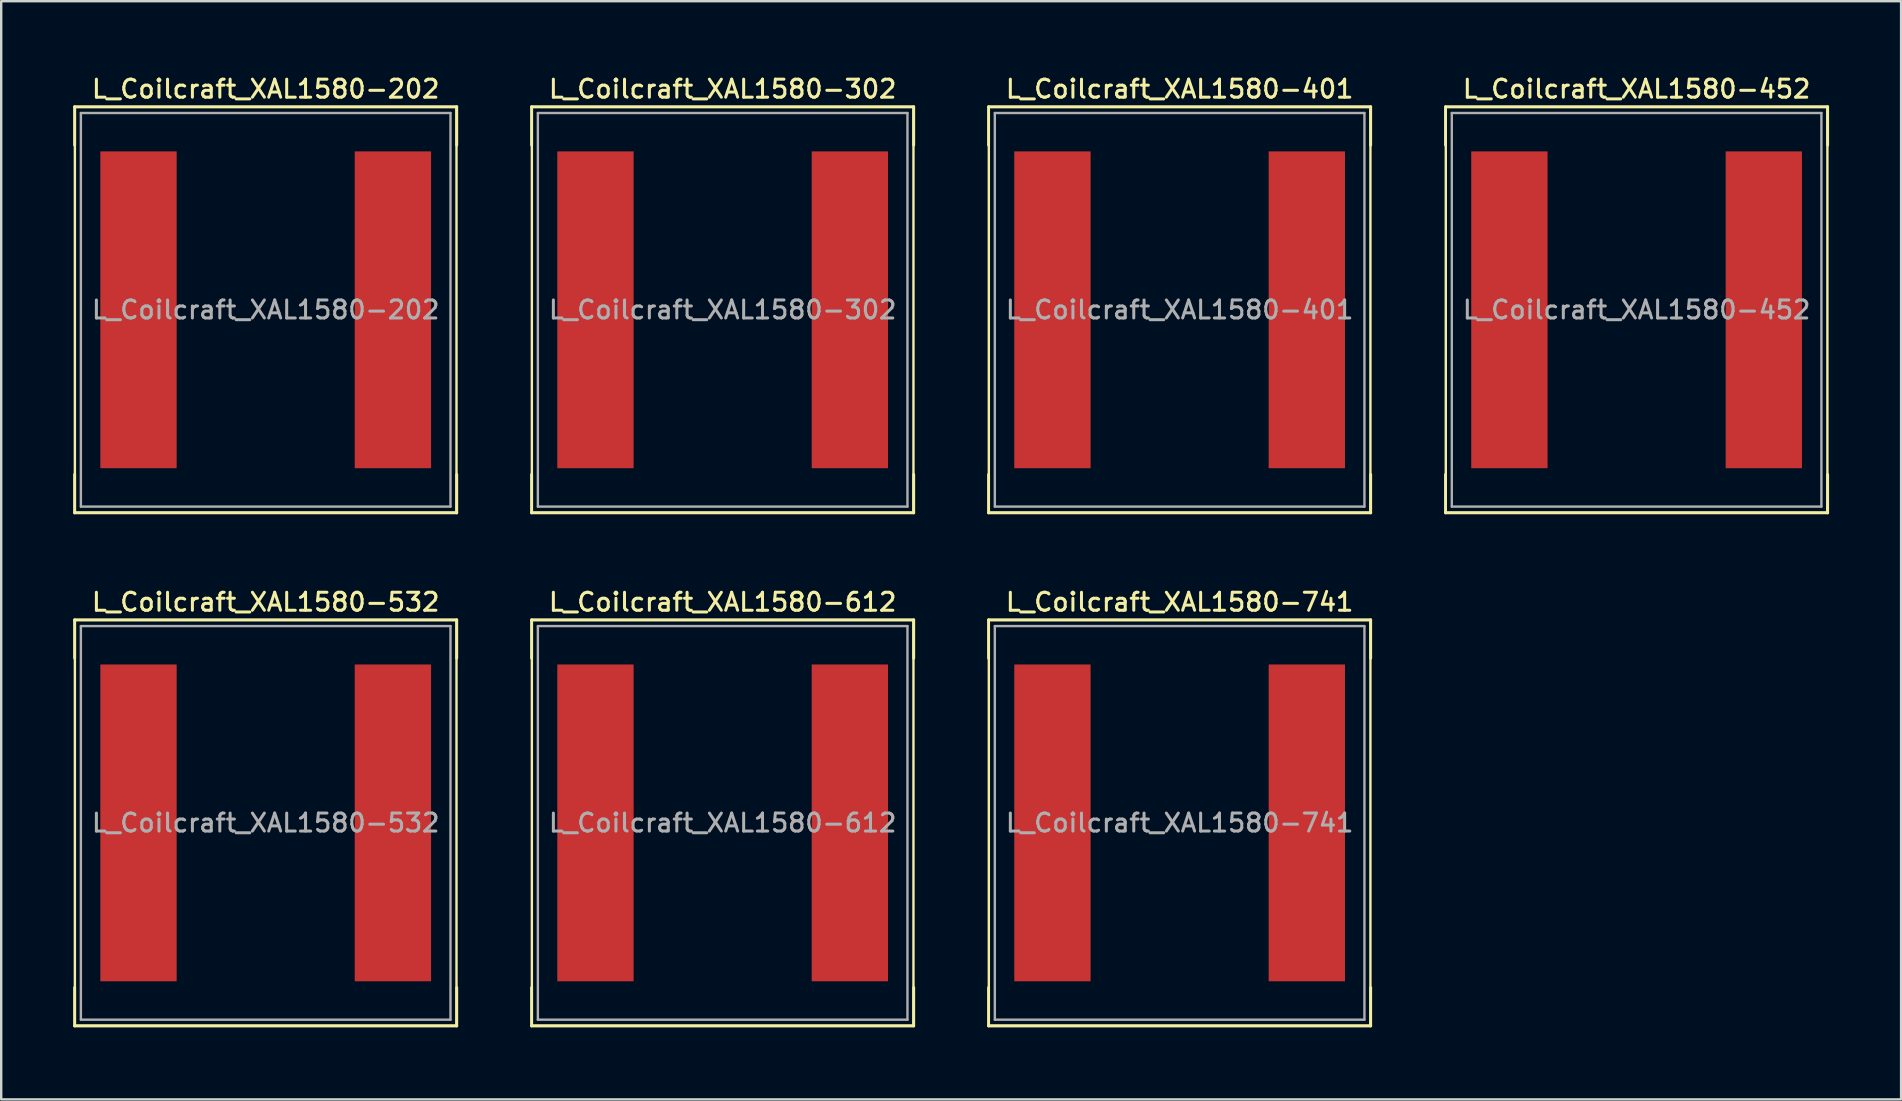
<source format=kicad_pcb>
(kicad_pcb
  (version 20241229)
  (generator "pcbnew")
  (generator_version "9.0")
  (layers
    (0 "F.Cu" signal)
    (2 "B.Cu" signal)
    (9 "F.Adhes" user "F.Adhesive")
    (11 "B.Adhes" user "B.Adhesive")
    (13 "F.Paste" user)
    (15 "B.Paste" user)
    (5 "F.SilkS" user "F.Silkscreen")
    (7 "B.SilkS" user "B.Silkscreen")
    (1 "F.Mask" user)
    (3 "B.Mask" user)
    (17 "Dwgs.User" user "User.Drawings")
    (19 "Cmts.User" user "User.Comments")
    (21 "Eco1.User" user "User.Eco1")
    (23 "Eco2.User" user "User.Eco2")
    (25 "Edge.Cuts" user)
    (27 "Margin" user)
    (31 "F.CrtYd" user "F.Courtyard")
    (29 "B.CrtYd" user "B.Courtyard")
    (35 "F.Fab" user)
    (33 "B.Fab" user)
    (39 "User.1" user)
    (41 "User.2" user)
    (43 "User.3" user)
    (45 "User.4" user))
  (footprint "L_Coilcraft_XAL1580-741"
    (layer "F.Cu")
    (at 46.1 31.236)
    (property "Reference" "L_Coilcraft_XAL1580-741" (at 0 -9.2 0) (layer "F.SilkS") (effects (font (size 0.75 0.75) (thickness 0.125))))
    (attr smd)
    (fp_line (start -7.96 -8.46) (end -7.96 -6.86) (stroke (width 0.12) (type solid)) (layer "F.SilkS"))
    (fp_line (start -7.96 -8.46) (end 7.96 -8.46) (stroke (width 0.12) (type solid)) (layer "F.SilkS"))
    (fp_line (start -7.96 8.46) (end -7.96 6.86) (stroke (width 0.12) (type solid)) (layer "F.SilkS"))
    (fp_line (start -7.96 8.46) (end 7.96 8.46) (stroke (width 0.12) (type solid)) (layer "F.SilkS"))
    (fp_line (start -7.95 -8.45) (end -7.95 8.45) (stroke (width 0.1) (type solid)) (layer "F.SilkS"))
    (fp_line (start -7.95 8.45) (end 7.95 8.45) (stroke (width 0.1) (type solid)) (layer "F.SilkS"))
    (fp_line (start 7.95 -8.45) (end -7.95 -8.45) (stroke (width 0.1) (type solid)) (layer "F.SilkS"))
    (fp_line (start 7.95 8.45) (end 7.95 -8.45) (stroke (width 0.1) (type solid)) (layer "F.SilkS"))
    (fp_line (start 7.96 -8.46) (end 7.96 -6.86) (stroke (width 0.12) (type solid)) (layer "F.SilkS"))
    (fp_line (start 7.96 8.46) (end 7.96 6.86) (stroke (width 0.12) (type solid)) (layer "F.SilkS"))
    (fp_line (start -7.7 -8.2) (end -7.7 8.2) (stroke (width 0.1) (type solid)) (layer "F.Fab"))
    (fp_line (start -7.7 8.2) (end 7.7 8.2) (stroke (width 0.1) (type solid)) (layer "F.Fab"))
    (fp_line (start 7.7 -8.2) (end -7.7 -8.2) (stroke (width 0.1) (type solid)) (layer "F.Fab"))
    (fp_line (start 7.7 8.2) (end 7.7 -8.2) (stroke (width 0.1) (type solid)) (layer "F.Fab"))
    (fp_text user "${REFERENCE}" (at 0 0 0) (layer "F.Fab") (effects (font (size 0.75 0.75) (thickness 0.125))))
    (pad "1" smd rect (at -5.3 0) (size 3.18 13.2) (layers "F.Cu" "F.Mask" "F.Paste"))
    (pad "2" smd rect (at 5.3 0) (size 3.18 13.2) (layers "F.Cu" "F.Mask" "F.Paste")))
  (footprint "L_Coilcraft_XAL1580-401"
    (layer "F.Cu")
    (at 46.1 9.858)
    (property "Reference" "L_Coilcraft_XAL1580-401" (at 0 -9.2 0) (layer "F.SilkS") (effects (font (size 0.75 0.75) (thickness 0.125))))
    (attr smd)
    (fp_line (start -7.96 -8.46) (end -7.96 -6.86) (stroke (width 0.12) (type solid)) (layer "F.SilkS"))
    (fp_line (start -7.96 -8.46) (end 7.96 -8.46) (stroke (width 0.12) (type solid)) (layer "F.SilkS"))
    (fp_line (start -7.96 8.46) (end -7.96 6.86) (stroke (width 0.12) (type solid)) (layer "F.SilkS"))
    (fp_line (start -7.96 8.46) (end 7.96 8.46) (stroke (width 0.12) (type solid)) (layer "F.SilkS"))
    (fp_line (start -7.95 -8.45) (end -7.95 8.45) (stroke (width 0.1) (type solid)) (layer "F.SilkS"))
    (fp_line (start -7.95 8.45) (end 7.95 8.45) (stroke (width 0.1) (type solid)) (layer "F.SilkS"))
    (fp_line (start 7.95 -8.45) (end -7.95 -8.45) (stroke (width 0.1) (type solid)) (layer "F.SilkS"))
    (fp_line (start 7.95 8.45) (end 7.95 -8.45) (stroke (width 0.1) (type solid)) (layer "F.SilkS"))
    (fp_line (start 7.96 -8.46) (end 7.96 -6.86) (stroke (width 0.12) (type solid)) (layer "F.SilkS"))
    (fp_line (start 7.96 8.46) (end 7.96 6.86) (stroke (width 0.12) (type solid)) (layer "F.SilkS"))
    (fp_line (start -7.7 -8.2) (end -7.7 8.2) (stroke (width 0.1) (type solid)) (layer "F.Fab"))
    (fp_line (start -7.7 8.2) (end 7.7 8.2) (stroke (width 0.1) (type solid)) (layer "F.Fab"))
    (fp_line (start 7.7 -8.2) (end -7.7 -8.2) (stroke (width 0.1) (type solid)) (layer "F.Fab"))
    (fp_line (start 7.7 8.2) (end 7.7 -8.2) (stroke (width 0.1) (type solid)) (layer "F.Fab"))
    (fp_text user "${REFERENCE}" (at 0 0 0) (layer "F.Fab") (effects (font (size 0.75 0.75) (thickness 0.125))))
    (pad "1" smd rect (at -5.3 0) (size 3.18 13.2) (layers "F.Cu" "F.Mask" "F.Paste"))
    (pad "2" smd rect (at 5.3 0) (size 3.18 13.2) (layers "F.Cu" "F.Mask" "F.Paste")))
  (footprint "L_Coilcraft_XAL1580-202"
    (layer "F.Cu")
    (at 8.02 9.858)
    (property "Reference" "L_Coilcraft_XAL1580-202" (at 0 -9.2 0) (layer "F.SilkS") (effects (font (size 0.75 0.75) (thickness 0.125))))
    (attr smd)
    (fp_line (start -7.96 -8.46) (end -7.96 -6.86) (stroke (width 0.12) (type solid)) (layer "F.SilkS"))
    (fp_line (start -7.96 -8.46) (end 7.96 -8.46) (stroke (width 0.12) (type solid)) (layer "F.SilkS"))
    (fp_line (start -7.96 8.46) (end -7.96 6.86) (stroke (width 0.12) (type solid)) (layer "F.SilkS"))
    (fp_line (start -7.96 8.46) (end 7.96 8.46) (stroke (width 0.12) (type solid)) (layer "F.SilkS"))
    (fp_line (start -7.95 -8.45) (end -7.95 8.45) (stroke (width 0.1) (type solid)) (layer "F.SilkS"))
    (fp_line (start -7.95 8.45) (end 7.95 8.45) (stroke (width 0.1) (type solid)) (layer "F.SilkS"))
    (fp_line (start 7.95 -8.45) (end -7.95 -8.45) (stroke (width 0.1) (type solid)) (layer "F.SilkS"))
    (fp_line (start 7.95 8.45) (end 7.95 -8.45) (stroke (width 0.1) (type solid)) (layer "F.SilkS"))
    (fp_line (start 7.96 -8.46) (end 7.96 -6.86) (stroke (width 0.12) (type solid)) (layer "F.SilkS"))
    (fp_line (start 7.96 8.46) (end 7.96 6.86) (stroke (width 0.12) (type solid)) (layer "F.SilkS"))
    (fp_line (start -7.7 -8.2) (end -7.7 8.2) (stroke (width 0.1) (type solid)) (layer "F.Fab"))
    (fp_line (start -7.7 8.2) (end 7.7 8.2) (stroke (width 0.1) (type solid)) (layer "F.Fab"))
    (fp_line (start 7.7 -8.2) (end -7.7 -8.2) (stroke (width 0.1) (type solid)) (layer "F.Fab"))
    (fp_line (start 7.7 8.2) (end 7.7 -8.2) (stroke (width 0.1) (type solid)) (layer "F.Fab"))
    (fp_text user "${REFERENCE}" (at 0 0 0) (layer "F.Fab") (effects (font (size 0.75 0.75) (thickness 0.125))))
    (pad "1" smd rect (at -5.3 0) (size 3.18 13.2) (layers "F.Cu" "F.Mask" "F.Paste"))
    (pad "2" smd rect (at 5.3 0) (size 3.18 13.2) (layers "F.Cu" "F.Mask" "F.Paste")))
  (footprint "L_Coilcraft_XAL1580-302"
    (layer "F.Cu")
    (at 27.06 9.858)
    (property "Reference" "L_Coilcraft_XAL1580-302" (at 0 -9.2 0) (layer "F.SilkS") (effects (font (size 0.75 0.75) (thickness 0.125))))
    (attr smd)
    (fp_line (start -7.96 -8.46) (end -7.96 -6.86) (stroke (width 0.12) (type solid)) (layer "F.SilkS"))
    (fp_line (start -7.96 -8.46) (end 7.96 -8.46) (stroke (width 0.12) (type solid)) (layer "F.SilkS"))
    (fp_line (start -7.96 8.46) (end -7.96 6.86) (stroke (width 0.12) (type solid)) (layer "F.SilkS"))
    (fp_line (start -7.96 8.46) (end 7.96 8.46) (stroke (width 0.12) (type solid)) (layer "F.SilkS"))
    (fp_line (start -7.95 -8.45) (end -7.95 8.45) (stroke (width 0.1) (type solid)) (layer "F.SilkS"))
    (fp_line (start -7.95 8.45) (end 7.95 8.45) (stroke (width 0.1) (type solid)) (layer "F.SilkS"))
    (fp_line (start 7.95 -8.45) (end -7.95 -8.45) (stroke (width 0.1) (type solid)) (layer "F.SilkS"))
    (fp_line (start 7.95 8.45) (end 7.95 -8.45) (stroke (width 0.1) (type solid)) (layer "F.SilkS"))
    (fp_line (start 7.96 -8.46) (end 7.96 -6.86) (stroke (width 0.12) (type solid)) (layer "F.SilkS"))
    (fp_line (start 7.96 8.46) (end 7.96 6.86) (stroke (width 0.12) (type solid)) (layer "F.SilkS"))
    (fp_line (start -7.7 -8.2) (end -7.7 8.2) (stroke (width 0.1) (type solid)) (layer "F.Fab"))
    (fp_line (start -7.7 8.2) (end 7.7 8.2) (stroke (width 0.1) (type solid)) (layer "F.Fab"))
    (fp_line (start 7.7 -8.2) (end -7.7 -8.2) (stroke (width 0.1) (type solid)) (layer "F.Fab"))
    (fp_line (start 7.7 8.2) (end 7.7 -8.2) (stroke (width 0.1) (type solid)) (layer "F.Fab"))
    (fp_text user "${REFERENCE}" (at 0 0 0) (layer "F.Fab") (effects (font (size 0.75 0.75) (thickness 0.125))))
    (pad "1" smd rect (at -5.3 0) (size 3.18 13.2) (layers "F.Cu" "F.Mask" "F.Paste"))
    (pad "2" smd rect (at 5.3 0) (size 3.18 13.2) (layers "F.Cu" "F.Mask" "F.Paste")))
  (footprint "L_Coilcraft_XAL1580-452"
    (layer "F.Cu")
    (at 65.14 9.858)
    (property "Reference" "L_Coilcraft_XAL1580-452" (at 0 -9.2 0) (layer "F.SilkS") (effects (font (size 0.75 0.75) (thickness 0.125))))
    (attr smd)
    (fp_line (start -7.96 -8.46) (end -7.96 -6.86) (stroke (width 0.12) (type solid)) (layer "F.SilkS"))
    (fp_line (start -7.96 -8.46) (end 7.96 -8.46) (stroke (width 0.12) (type solid)) (layer "F.SilkS"))
    (fp_line (start -7.96 8.46) (end -7.96 6.86) (stroke (width 0.12) (type solid)) (layer "F.SilkS"))
    (fp_line (start -7.96 8.46) (end 7.96 8.46) (stroke (width 0.12) (type solid)) (layer "F.SilkS"))
    (fp_line (start -7.95 -8.45) (end -7.95 8.45) (stroke (width 0.1) (type solid)) (layer "F.SilkS"))
    (fp_line (start -7.95 8.45) (end 7.95 8.45) (stroke (width 0.1) (type solid)) (layer "F.SilkS"))
    (fp_line (start 7.95 -8.45) (end -7.95 -8.45) (stroke (width 0.1) (type solid)) (layer "F.SilkS"))
    (fp_line (start 7.95 8.45) (end 7.95 -8.45) (stroke (width 0.1) (type solid)) (layer "F.SilkS"))
    (fp_line (start 7.96 -8.46) (end 7.96 -6.86) (stroke (width 0.12) (type solid)) (layer "F.SilkS"))
    (fp_line (start 7.96 8.46) (end 7.96 6.86) (stroke (width 0.12) (type solid)) (layer "F.SilkS"))
    (fp_line (start -7.7 -8.2) (end -7.7 8.2) (stroke (width 0.1) (type solid)) (layer "F.Fab"))
    (fp_line (start -7.7 8.2) (end 7.7 8.2) (stroke (width 0.1) (type solid)) (layer "F.Fab"))
    (fp_line (start 7.7 -8.2) (end -7.7 -8.2) (stroke (width 0.1) (type solid)) (layer "F.Fab"))
    (fp_line (start 7.7 8.2) (end 7.7 -8.2) (stroke (width 0.1) (type solid)) (layer "F.Fab"))
    (fp_text user "${REFERENCE}" (at 0 0 0) (layer "F.Fab") (effects (font (size 0.75 0.75) (thickness 0.125))))
    (pad "1" smd rect (at -5.3 0) (size 3.18 13.2) (layers "F.Cu" "F.Mask" "F.Paste"))
    (pad "2" smd rect (at 5.3 0) (size 3.18 13.2) (layers "F.Cu" "F.Mask" "F.Paste")))
  (footprint "L_Coilcraft_XAL1580-612"
    (layer "F.Cu")
    (at 27.06 31.236)
    (property "Reference" "L_Coilcraft_XAL1580-612" (at 0 -9.2 0) (layer "F.SilkS") (effects (font (size 0.75 0.75) (thickness 0.125))))
    (attr smd)
    (fp_line (start -7.96 -8.46) (end -7.96 -6.86) (stroke (width 0.12) (type solid)) (layer "F.SilkS"))
    (fp_line (start -7.96 -8.46) (end 7.96 -8.46) (stroke (width 0.12) (type solid)) (layer "F.SilkS"))
    (fp_line (start -7.96 8.46) (end -7.96 6.86) (stroke (width 0.12) (type solid)) (layer "F.SilkS"))
    (fp_line (start -7.96 8.46) (end 7.96 8.46) (stroke (width 0.12) (type solid)) (layer "F.SilkS"))
    (fp_line (start -7.95 -8.45) (end -7.95 8.45) (stroke (width 0.1) (type solid)) (layer "F.SilkS"))
    (fp_line (start -7.95 8.45) (end 7.95 8.45) (stroke (width 0.1) (type solid)) (layer "F.SilkS"))
    (fp_line (start 7.95 -8.45) (end -7.95 -8.45) (stroke (width 0.1) (type solid)) (layer "F.SilkS"))
    (fp_line (start 7.95 8.45) (end 7.95 -8.45) (stroke (width 0.1) (type solid)) (layer "F.SilkS"))
    (fp_line (start 7.96 -8.46) (end 7.96 -6.86) (stroke (width 0.12) (type solid)) (layer "F.SilkS"))
    (fp_line (start 7.96 8.46) (end 7.96 6.86) (stroke (width 0.12) (type solid)) (layer "F.SilkS"))
    (fp_line (start -7.7 -8.2) (end -7.7 8.2) (stroke (width 0.1) (type solid)) (layer "F.Fab"))
    (fp_line (start -7.7 8.2) (end 7.7 8.2) (stroke (width 0.1) (type solid)) (layer "F.Fab"))
    (fp_line (start 7.7 -8.2) (end -7.7 -8.2) (stroke (width 0.1) (type solid)) (layer "F.Fab"))
    (fp_line (start 7.7 8.2) (end 7.7 -8.2) (stroke (width 0.1) (type solid)) (layer "F.Fab"))
    (fp_text user "${REFERENCE}" (at 0 0 0) (layer "F.Fab") (effects (font (size 0.75 0.75) (thickness 0.125))))
    (pad "1" smd rect (at -5.3 0) (size 3.18 13.2) (layers "F.Cu" "F.Mask" "F.Paste"))
    (pad "2" smd rect (at 5.3 0) (size 3.18 13.2) (layers "F.Cu" "F.Mask" "F.Paste")))
  (footprint "L_Coilcraft_XAL1580-532"
    (layer "F.Cu")
    (at 8.02 31.236)
    (property "Reference" "L_Coilcraft_XAL1580-532" (at 0 -9.2 0) (layer "F.SilkS") (effects (font (size 0.75 0.75) (thickness 0.125))))
    (attr smd)
    (fp_line (start -7.96 -8.46) (end -7.96 -6.86) (stroke (width 0.12) (type solid)) (layer "F.SilkS"))
    (fp_line (start -7.96 -8.46) (end 7.96 -8.46) (stroke (width 0.12) (type solid)) (layer "F.SilkS"))
    (fp_line (start -7.96 8.46) (end -7.96 6.86) (stroke (width 0.12) (type solid)) (layer "F.SilkS"))
    (fp_line (start -7.96 8.46) (end 7.96 8.46) (stroke (width 0.12) (type solid)) (layer "F.SilkS"))
    (fp_line (start -7.95 -8.45) (end -7.95 8.45) (stroke (width 0.1) (type solid)) (layer "F.SilkS"))
    (fp_line (start -7.95 8.45) (end 7.95 8.45) (stroke (width 0.1) (type solid)) (layer "F.SilkS"))
    (fp_line (start 7.95 -8.45) (end -7.95 -8.45) (stroke (width 0.1) (type solid)) (layer "F.SilkS"))
    (fp_line (start 7.95 8.45) (end 7.95 -8.45) (stroke (width 0.1) (type solid)) (layer "F.SilkS"))
    (fp_line (start 7.96 -8.46) (end 7.96 -6.86) (stroke (width 0.12) (type solid)) (layer "F.SilkS"))
    (fp_line (start 7.96 8.46) (end 7.96 6.86) (stroke (width 0.12) (type solid)) (layer "F.SilkS"))
    (fp_line (start -7.7 -8.2) (end -7.7 8.2) (stroke (width 0.1) (type solid)) (layer "F.Fab"))
    (fp_line (start -7.7 8.2) (end 7.7 8.2) (stroke (width 0.1) (type solid)) (layer "F.Fab"))
    (fp_line (start 7.7 -8.2) (end -7.7 -8.2) (stroke (width 0.1) (type solid)) (layer "F.Fab"))
    (fp_line (start 7.7 8.2) (end 7.7 -8.2) (stroke (width 0.1) (type solid)) (layer "F.Fab"))
    (fp_text user "${REFERENCE}" (at 0 0 0) (layer "F.Fab") (effects (font (size 0.75 0.75) (thickness 0.125))))
    (pad "1" smd rect (at -5.3 0) (size 3.18 13.2) (layers "F.Cu" "F.Mask" "F.Paste"))
    (pad "2" smd rect (at 5.3 0) (size 3.18 13.2) (layers "F.Cu" "F.Mask" "F.Paste")))
  (gr_rect
    (start -3 -3)
    (end 76.16 42.756)
    (stroke (width 0.1) (type default))
    (fill no)
    (layer "Edge.Cuts")))
</source>
